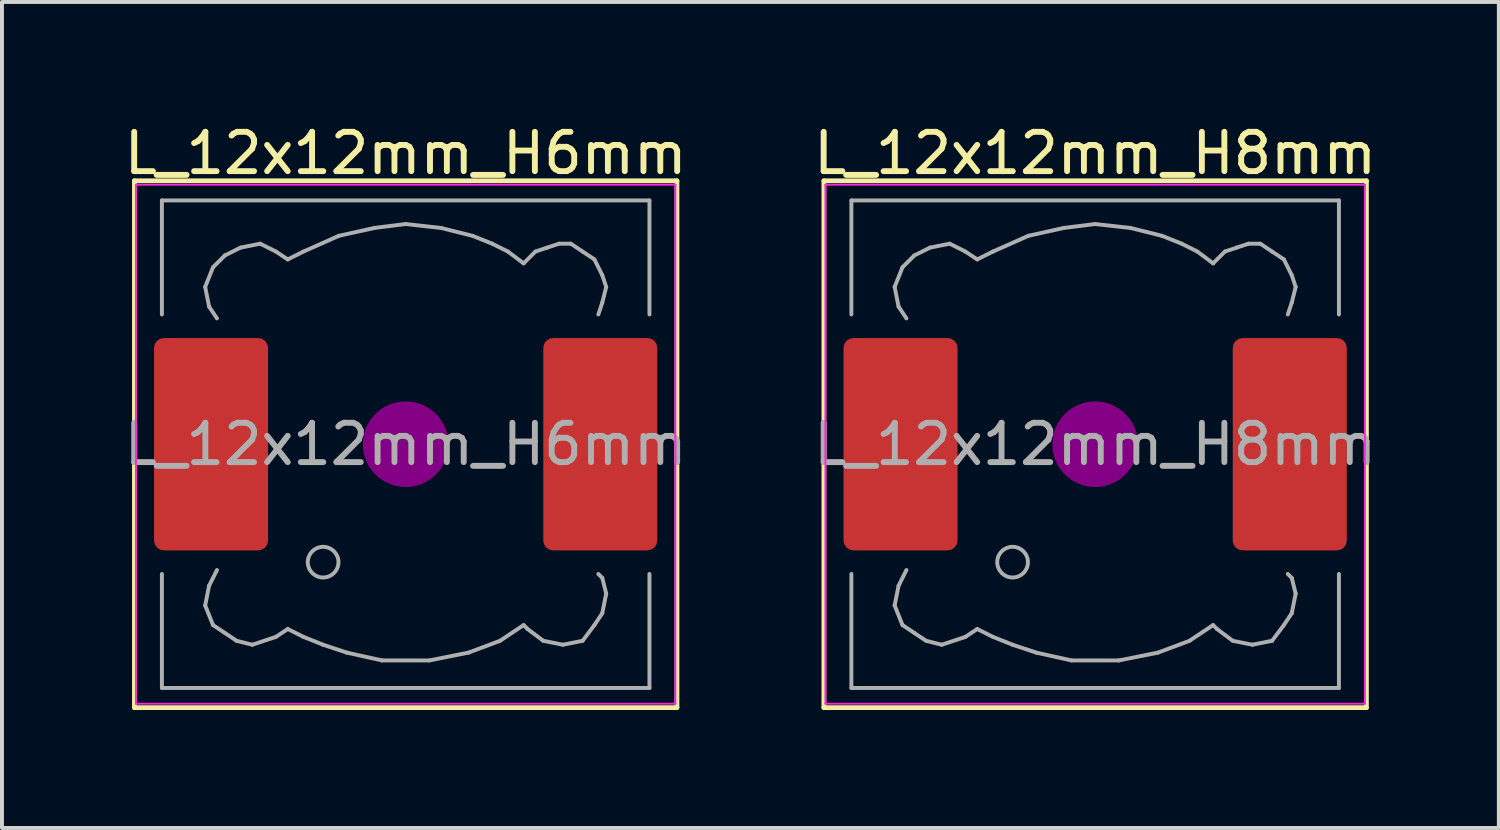
<source format=kicad_pcb>
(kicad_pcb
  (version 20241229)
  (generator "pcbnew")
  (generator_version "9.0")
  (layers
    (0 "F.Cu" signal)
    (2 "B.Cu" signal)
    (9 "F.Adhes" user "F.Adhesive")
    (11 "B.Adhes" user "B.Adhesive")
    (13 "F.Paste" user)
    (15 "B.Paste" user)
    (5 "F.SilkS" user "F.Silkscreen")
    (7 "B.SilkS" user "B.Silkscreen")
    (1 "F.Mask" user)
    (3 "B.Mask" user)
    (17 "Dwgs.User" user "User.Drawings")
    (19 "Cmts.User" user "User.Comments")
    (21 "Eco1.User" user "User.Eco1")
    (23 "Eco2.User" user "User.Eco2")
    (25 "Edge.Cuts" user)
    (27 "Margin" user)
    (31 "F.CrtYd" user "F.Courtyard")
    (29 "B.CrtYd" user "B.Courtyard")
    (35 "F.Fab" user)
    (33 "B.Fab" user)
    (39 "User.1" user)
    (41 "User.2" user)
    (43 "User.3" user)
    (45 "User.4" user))
  (footprint "L_12x12mm_H6mm"
    (layer "F.Cu")
    (at 7.268 8.248)
    (property "Reference" "L_12x12mm_H6mm" (at 0 -7.4 0) (layer "F.SilkS") (effects (font (size 1 1) (thickness 0.15))))
    (attr smd)
    (fp_line (start -6.9 -6.7) (end 6.9 -6.7) (stroke (width 0.12) (type solid)) (layer "F.SilkS"))
    (fp_line (start -6.9 0) (end -6.9 -6.7) (stroke (width 0.12) (type solid)) (layer "F.SilkS"))
    (fp_line (start -6.9 6.7) (end -6.9 0) (stroke (width 0.12) (type solid)) (layer "F.SilkS"))
    (fp_line (start 6.9 -6.7) (end 6.9 6.7) (stroke (width 0.12) (type solid)) (layer "F.SilkS"))
    (fp_line (start 6.9 6.7) (end -6.9 6.7) (stroke (width 0.12) (type solid)) (layer "F.SilkS"))
    (fp_circle (center 0 0) (end 0.15 0.15) (stroke (width 0.38) (type solid)) (fill no) (layer "F.Adhes"))
    (fp_circle (center 0 0) (end 0.55 0) (stroke (width 0.38) (type solid)) (fill no) (layer "F.Adhes"))
    (fp_circle (center 0 0) (end 0.9 0) (stroke (width 0.38) (type solid)) (fill no) (layer "F.Adhes"))
    (fp_line (start -6.86 -6.6) (end 6.86 -6.6) (stroke (width 0.05) (type solid)) (layer "F.CrtYd"))
    (fp_line (start -6.86 6.6) (end -6.86 -6.6) (stroke (width 0.05) (type solid)) (layer "F.CrtYd"))
    (fp_line (start 6.86 -6.6) (end 6.86 6.6) (stroke (width 0.05) (type solid)) (layer "F.CrtYd"))
    (fp_line (start 6.86 6.6) (end -6.86 6.6) (stroke (width 0.05) (type solid)) (layer "F.CrtYd"))
    (fp_line (start -6.2 -6.2) (end -6.2 -3.3) (stroke (width 0.1) (type solid)) (layer "F.Fab"))
    (fp_line (start -6.2 3.3) (end -6.2 6.2) (stroke (width 0.1) (type solid)) (layer "F.Fab"))
    (fp_line (start -6.2 6.2) (end 6.2 6.2) (stroke (width 0.1) (type solid)) (layer "F.Fab"))
    (fp_line (start -5.1 -4) (end -5 -3.5) (stroke (width 0.1) (type solid)) (layer "F.Fab"))
    (fp_line (start -5.1 4.1) (end -5 3.6) (stroke (width 0.1) (type solid)) (layer "F.Fab"))
    (fp_line (start -5 -3.5) (end -4.8 -3.2) (stroke (width 0.1) (type solid)) (layer "F.Fab"))
    (fp_line (start -5 3.6) (end -4.8 3.2) (stroke (width 0.1) (type solid)) (layer "F.Fab"))
    (fp_line (start -4.9 -4.5) (end -5.1 -4) (stroke (width 0.1) (type solid)) (layer "F.Fab"))
    (fp_line (start -4.9 4.6) (end -5.1 4.1) (stroke (width 0.1) (type solid)) (layer "F.Fab"))
    (fp_line (start -4.6 -4.8) (end -4.9 -4.5) (stroke (width 0.1) (type solid)) (layer "F.Fab"))
    (fp_line (start -4.6 4.8) (end -4.9 4.6) (stroke (width 0.1) (type solid)) (layer "F.Fab"))
    (fp_line (start -4.3 5) (end -4.6 4.8) (stroke (width 0.1) (type solid)) (layer "F.Fab"))
    (fp_line (start -4.2 -5) (end -4.6 -4.8) (stroke (width 0.1) (type solid)) (layer "F.Fab"))
    (fp_line (start -3.9 5.1) (end -4.3 5) (stroke (width 0.1) (type solid)) (layer "F.Fab"))
    (fp_line (start -3.7 -5.1) (end -4.2 -5) (stroke (width 0.1) (type solid)) (layer "F.Fab"))
    (fp_line (start -3.3 -4.9) (end -3.7 -5.1) (stroke (width 0.1) (type solid)) (layer "F.Fab"))
    (fp_line (start -3.3 4.9) (end -3.9 5.1) (stroke (width 0.1) (type solid)) (layer "F.Fab"))
    (fp_line (start -3 -4.7) (end -3.3 -4.9) (stroke (width 0.1) (type solid)) (layer "F.Fab"))
    (fp_line (start -3 4.7) (end -3.3 4.9) (stroke (width 0.1) (type solid)) (layer "F.Fab"))
    (fp_line (start -2.6 -4.9) (end -3 -4.7) (stroke (width 0.1) (type solid)) (layer "F.Fab"))
    (fp_line (start -2.6 4.9) (end -3 4.7) (stroke (width 0.1) (type solid)) (layer "F.Fab"))
    (fp_line (start -2.1 5.1) (end -2.6 4.9) (stroke (width 0.1) (type solid)) (layer "F.Fab"))
    (fp_line (start -1.7 -5.3) (end -2.6 -4.9) (stroke (width 0.1) (type solid)) (layer "F.Fab"))
    (fp_line (start -1.5 5.3) (end -2.1 5.1) (stroke (width 0.1) (type solid)) (layer "F.Fab"))
    (fp_line (start -0.8 -5.5) (end -1.7 -5.3) (stroke (width 0.1) (type solid)) (layer "F.Fab"))
    (fp_line (start -0.6 5.5) (end -1.5 5.3) (stroke (width 0.1) (type solid)) (layer "F.Fab"))
    (fp_line (start 0 -5.6) (end -0.8 -5.5) (stroke (width 0.1) (type solid)) (layer "F.Fab"))
    (fp_line (start 0.6 5.5) (end -0.6 5.5) (stroke (width 0.1) (type solid)) (layer "F.Fab"))
    (fp_line (start 0.9 -5.5) (end 0 -5.6) (stroke (width 0.1) (type solid)) (layer "F.Fab"))
    (fp_line (start 1.6 5.3) (end 0.6 5.5) (stroke (width 0.1) (type solid)) (layer "F.Fab"))
    (fp_line (start 1.7 -5.3) (end 0.9 -5.5) (stroke (width 0.1) (type solid)) (layer "F.Fab"))
    (fp_line (start 2.2 -5.1) (end 1.7 -5.3) (stroke (width 0.1) (type solid)) (layer "F.Fab"))
    (fp_line (start 2.4 5) (end 1.6 5.3) (stroke (width 0.1) (type solid)) (layer "F.Fab"))
    (fp_line (start 2.6 -4.9) (end 2.2 -5.1) (stroke (width 0.1) (type solid)) (layer "F.Fab"))
    (fp_line (start 3 -4.6) (end 2.6 -4.9) (stroke (width 0.1) (type solid)) (layer "F.Fab"))
    (fp_line (start 3 4.6) (end 2.4 5) (stroke (width 0.1) (type solid)) (layer "F.Fab"))
    (fp_line (start 3.1 4.7) (end 3 4.6) (stroke (width 0.1) (type solid)) (layer "F.Fab"))
    (fp_line (start 3.3 -4.9) (end 3 -4.6) (stroke (width 0.1) (type solid)) (layer "F.Fab"))
    (fp_line (start 3.5 5) (end 3.1 4.7) (stroke (width 0.1) (type solid)) (layer "F.Fab"))
    (fp_line (start 3.6 -5) (end 3.3 -4.9) (stroke (width 0.1) (type solid)) (layer "F.Fab"))
    (fp_line (start 3.9 -5.1) (end 3.6 -5) (stroke (width 0.1) (type solid)) (layer "F.Fab"))
    (fp_line (start 4 5.1) (end 3.5 5) (stroke (width 0.1) (type solid)) (layer "F.Fab"))
    (fp_line (start 4.2 -5.1) (end 3.9 -5.1) (stroke (width 0.1) (type solid)) (layer "F.Fab"))
    (fp_line (start 4.5 -4.9) (end 4.2 -5.1) (stroke (width 0.1) (type solid)) (layer "F.Fab"))
    (fp_line (start 4.5 5) (end 4 5.1) (stroke (width 0.1) (type solid)) (layer "F.Fab"))
    (fp_line (start 4.8 -4.7) (end 4.5 -4.9) (stroke (width 0.1) (type solid)) (layer "F.Fab"))
    (fp_line (start 4.8 4.6) (end 4.5 5) (stroke (width 0.1) (type solid)) (layer "F.Fab"))
    (fp_line (start 4.9 -3.3) (end 5 -3.6) (stroke (width 0.1) (type solid)) (layer "F.Fab"))
    (fp_line (start 4.9 3.3) (end 5 3.4) (stroke (width 0.1) (type solid)) (layer "F.Fab"))
    (fp_line (start 5 -4.3) (end 4.8 -4.7) (stroke (width 0.1) (type solid)) (layer "F.Fab"))
    (fp_line (start 5 -3.6) (end 5.1 -4) (stroke (width 0.1) (type solid)) (layer "F.Fab"))
    (fp_line (start 5 3.4) (end 5.1 3.8) (stroke (width 0.1) (type solid)) (layer "F.Fab"))
    (fp_line (start 5 4.3) (end 4.8 4.6) (stroke (width 0.1) (type solid)) (layer "F.Fab"))
    (fp_line (start 5.1 -4) (end 5 -4.3) (stroke (width 0.1) (type solid)) (layer "F.Fab"))
    (fp_line (start 5.1 3.8) (end 5 4.3) (stroke (width 0.1) (type solid)) (layer "F.Fab"))
    (fp_line (start 6.2 -6.2) (end -6.2 -6.2) (stroke (width 0.1) (type solid)) (layer "F.Fab"))
    (fp_line (start 6.2 -6.2) (end 6.2 -3.3) (stroke (width 0.1) (type solid)) (layer "F.Fab"))
    (fp_line (start 6.2 6.2) (end 6.2 3.3) (stroke (width 0.1) (type solid)) (layer "F.Fab"))
    (fp_circle (center -2.1 3) (end -1.8 3.25) (stroke (width 0.1) (type solid)) (fill no) (layer "F.Fab"))
    (fp_text user "${REFERENCE}" (at 0 0 0) (layer "F.Fab") (effects (font (size 1 1) (thickness 0.15))))
    (pad "1" smd roundrect (at -4.95 0) (size 2.9 5.4) (layers "F.Cu" "F.Mask" "F.Paste") (roundrect_rratio 0.086))
    (pad "2" smd roundrect (at 4.95 0) (size 2.9 5.4) (layers "F.Cu" "F.Mask" "F.Paste") (roundrect_rratio 0.086)))
  (footprint "L_12x12mm_H8mm"
    (layer "F.Cu")
    (at 24.804 8.248)
    (property "Reference" "L_12x12mm_H8mm" (at 0 -7.4 0) (layer "F.SilkS") (effects (font (size 1 1) (thickness 0.15))))
    (attr smd)
    (fp_line (start -6.9 -6.7) (end -6.9 6.7) (stroke (width 0.12) (type solid)) (layer "F.SilkS"))
    (fp_line (start -6.9 6.7) (end 6.9 6.7) (stroke (width 0.12) (type solid)) (layer "F.SilkS"))
    (fp_line (start 6.9 -6.7) (end -6.9 -6.7) (stroke (width 0.12) (type solid)) (layer "F.SilkS"))
    (fp_line (start 6.9 6.7) (end 6.9 -6.7) (stroke (width 0.12) (type solid)) (layer "F.SilkS"))
    (fp_circle (center 0 0) (end 0.15 0.15) (stroke (width 0.38) (type solid)) (fill no) (layer "F.Adhes"))
    (fp_circle (center 0 0) (end 0.55 0) (stroke (width 0.38) (type solid)) (fill no) (layer "F.Adhes"))
    (fp_circle (center 0 0) (end 0.9 0) (stroke (width 0.38) (type solid)) (fill no) (layer "F.Adhes"))
    (fp_line (start -6.86 -6.6) (end 6.86 -6.6) (stroke (width 0.05) (type solid)) (layer "F.CrtYd"))
    (fp_line (start -6.86 6.6) (end -6.86 -6.6) (stroke (width 0.05) (type solid)) (layer "F.CrtYd"))
    (fp_line (start 6.86 -6.6) (end 6.86 6.6) (stroke (width 0.05) (type solid)) (layer "F.CrtYd"))
    (fp_line (start 6.86 6.6) (end -6.86 6.6) (stroke (width 0.05) (type solid)) (layer "F.CrtYd"))
    (fp_line (start -6.2 -6.2) (end -6.2 -3.3) (stroke (width 0.1) (type solid)) (layer "F.Fab"))
    (fp_line (start -6.2 3.3) (end -6.2 6.2) (stroke (width 0.1) (type solid)) (layer "F.Fab"))
    (fp_line (start -6.2 6.2) (end 6.2 6.2) (stroke (width 0.1) (type solid)) (layer "F.Fab"))
    (fp_line (start -5.1 -4) (end -5 -3.5) (stroke (width 0.1) (type solid)) (layer "F.Fab"))
    (fp_line (start -5.1 4.1) (end -5 3.6) (stroke (width 0.1) (type solid)) (layer "F.Fab"))
    (fp_line (start -5 -3.5) (end -4.8 -3.2) (stroke (width 0.1) (type solid)) (layer "F.Fab"))
    (fp_line (start -5 3.6) (end -4.8 3.2) (stroke (width 0.1) (type solid)) (layer "F.Fab"))
    (fp_line (start -4.9 -4.5) (end -5.1 -4) (stroke (width 0.1) (type solid)) (layer "F.Fab"))
    (fp_line (start -4.9 4.6) (end -5.1 4.1) (stroke (width 0.1) (type solid)) (layer "F.Fab"))
    (fp_line (start -4.6 -4.8) (end -4.9 -4.5) (stroke (width 0.1) (type solid)) (layer "F.Fab"))
    (fp_line (start -4.6 4.8) (end -4.9 4.6) (stroke (width 0.1) (type solid)) (layer "F.Fab"))
    (fp_line (start -4.3 5) (end -4.6 4.8) (stroke (width 0.1) (type solid)) (layer "F.Fab"))
    (fp_line (start -4.2 -5) (end -4.6 -4.8) (stroke (width 0.1) (type solid)) (layer "F.Fab"))
    (fp_line (start -3.9 5.1) (end -4.3 5) (stroke (width 0.1) (type solid)) (layer "F.Fab"))
    (fp_line (start -3.7 -5.1) (end -4.2 -5) (stroke (width 0.1) (type solid)) (layer "F.Fab"))
    (fp_line (start -3.3 -4.9) (end -3.7 -5.1) (stroke (width 0.1) (type solid)) (layer "F.Fab"))
    (fp_line (start -3.3 4.9) (end -3.9 5.1) (stroke (width 0.1) (type solid)) (layer "F.Fab"))
    (fp_line (start -3 -4.7) (end -3.3 -4.9) (stroke (width 0.1) (type solid)) (layer "F.Fab"))
    (fp_line (start -3 4.7) (end -3.3 4.9) (stroke (width 0.1) (type solid)) (layer "F.Fab"))
    (fp_line (start -2.6 -4.9) (end -3 -4.7) (stroke (width 0.1) (type solid)) (layer "F.Fab"))
    (fp_line (start -2.6 4.9) (end -3 4.7) (stroke (width 0.1) (type solid)) (layer "F.Fab"))
    (fp_line (start -2.1 5.1) (end -2.6 4.9) (stroke (width 0.1) (type solid)) (layer "F.Fab"))
    (fp_line (start -1.7 -5.3) (end -2.6 -4.9) (stroke (width 0.1) (type solid)) (layer "F.Fab"))
    (fp_line (start -1.5 5.3) (end -2.1 5.1) (stroke (width 0.1) (type solid)) (layer "F.Fab"))
    (fp_line (start -0.8 -5.5) (end -1.7 -5.3) (stroke (width 0.1) (type solid)) (layer "F.Fab"))
    (fp_line (start -0.6 5.5) (end -1.5 5.3) (stroke (width 0.1) (type solid)) (layer "F.Fab"))
    (fp_line (start 0 -5.6) (end -0.8 -5.5) (stroke (width 0.1) (type solid)) (layer "F.Fab"))
    (fp_line (start 0.6 5.5) (end -0.6 5.5) (stroke (width 0.1) (type solid)) (layer "F.Fab"))
    (fp_line (start 0.9 -5.5) (end 0 -5.6) (stroke (width 0.1) (type solid)) (layer "F.Fab"))
    (fp_line (start 1.6 5.3) (end 0.6 5.5) (stroke (width 0.1) (type solid)) (layer "F.Fab"))
    (fp_line (start 1.7 -5.3) (end 0.9 -5.5) (stroke (width 0.1) (type solid)) (layer "F.Fab"))
    (fp_line (start 2.2 -5.1) (end 1.7 -5.3) (stroke (width 0.1) (type solid)) (layer "F.Fab"))
    (fp_line (start 2.4 5) (end 1.6 5.3) (stroke (width 0.1) (type solid)) (layer "F.Fab"))
    (fp_line (start 2.6 -4.9) (end 2.2 -5.1) (stroke (width 0.1) (type solid)) (layer "F.Fab"))
    (fp_line (start 3 -4.6) (end 2.6 -4.9) (stroke (width 0.1) (type solid)) (layer "F.Fab"))
    (fp_line (start 3 4.6) (end 2.4 5) (stroke (width 0.1) (type solid)) (layer "F.Fab"))
    (fp_line (start 3.1 4.7) (end 3 4.6) (stroke (width 0.1) (type solid)) (layer "F.Fab"))
    (fp_line (start 3.3 -4.9) (end 3 -4.6) (stroke (width 0.1) (type solid)) (layer "F.Fab"))
    (fp_line (start 3.5 5) (end 3.1 4.7) (stroke (width 0.1) (type solid)) (layer "F.Fab"))
    (fp_line (start 3.6 -5) (end 3.3 -4.9) (stroke (width 0.1) (type solid)) (layer "F.Fab"))
    (fp_line (start 3.9 -5.1) (end 3.6 -5) (stroke (width 0.1) (type solid)) (layer "F.Fab"))
    (fp_line (start 4 5.1) (end 3.5 5) (stroke (width 0.1) (type solid)) (layer "F.Fab"))
    (fp_line (start 4.2 -5.1) (end 3.9 -5.1) (stroke (width 0.1) (type solid)) (layer "F.Fab"))
    (fp_line (start 4.5 -4.9) (end 4.2 -5.1) (stroke (width 0.1) (type solid)) (layer "F.Fab"))
    (fp_line (start 4.5 5) (end 4 5.1) (stroke (width 0.1) (type solid)) (layer "F.Fab"))
    (fp_line (start 4.8 -4.7) (end 4.5 -4.9) (stroke (width 0.1) (type solid)) (layer "F.Fab"))
    (fp_line (start 4.8 4.6) (end 4.5 5) (stroke (width 0.1) (type solid)) (layer "F.Fab"))
    (fp_line (start 4.9 -3.3) (end 5 -3.6) (stroke (width 0.1) (type solid)) (layer "F.Fab"))
    (fp_line (start 4.9 3.3) (end 5 3.4) (stroke (width 0.1) (type solid)) (layer "F.Fab"))
    (fp_line (start 5 -4.3) (end 4.8 -4.7) (stroke (width 0.1) (type solid)) (layer "F.Fab"))
    (fp_line (start 5 -3.6) (end 5.1 -4) (stroke (width 0.1) (type solid)) (layer "F.Fab"))
    (fp_line (start 5 3.4) (end 5.1 3.8) (stroke (width 0.1) (type solid)) (layer "F.Fab"))
    (fp_line (start 5 4.3) (end 4.8 4.6) (stroke (width 0.1) (type solid)) (layer "F.Fab"))
    (fp_line (start 5.1 -4) (end 5 -4.3) (stroke (width 0.1) (type solid)) (layer "F.Fab"))
    (fp_line (start 5.1 3.8) (end 5 4.3) (stroke (width 0.1) (type solid)) (layer "F.Fab"))
    (fp_line (start 6.2 -6.2) (end -6.2 -6.2) (stroke (width 0.1) (type solid)) (layer "F.Fab"))
    (fp_line (start 6.2 -6.2) (end 6.2 -3.3) (stroke (width 0.1) (type solid)) (layer "F.Fab"))
    (fp_line (start 6.2 6.2) (end 6.2 3.3) (stroke (width 0.1) (type solid)) (layer "F.Fab"))
    (fp_circle (center -2.1 3) (end -1.8 3.25) (stroke (width 0.1) (type solid)) (fill no) (layer "F.Fab"))
    (fp_text user "${REFERENCE}" (at 0 0 0) (layer "F.Fab") (effects (font (size 1 1) (thickness 0.15))))
    (pad "1" smd roundrect (at -4.95 0) (size 2.9 5.4) (layers "F.Cu" "F.Mask" "F.Paste") (roundrect_rratio 0.086))
    (pad "2" smd roundrect (at 4.95 0) (size 2.9 5.4) (layers "F.Cu" "F.Mask" "F.Paste") (roundrect_rratio 0.086)))
  (gr_rect
    (start -3 -3)
    (end 35.071 18.008)
    (stroke (width 0.1) (type default))
    (fill no)
    (layer "Edge.Cuts")))
</source>
